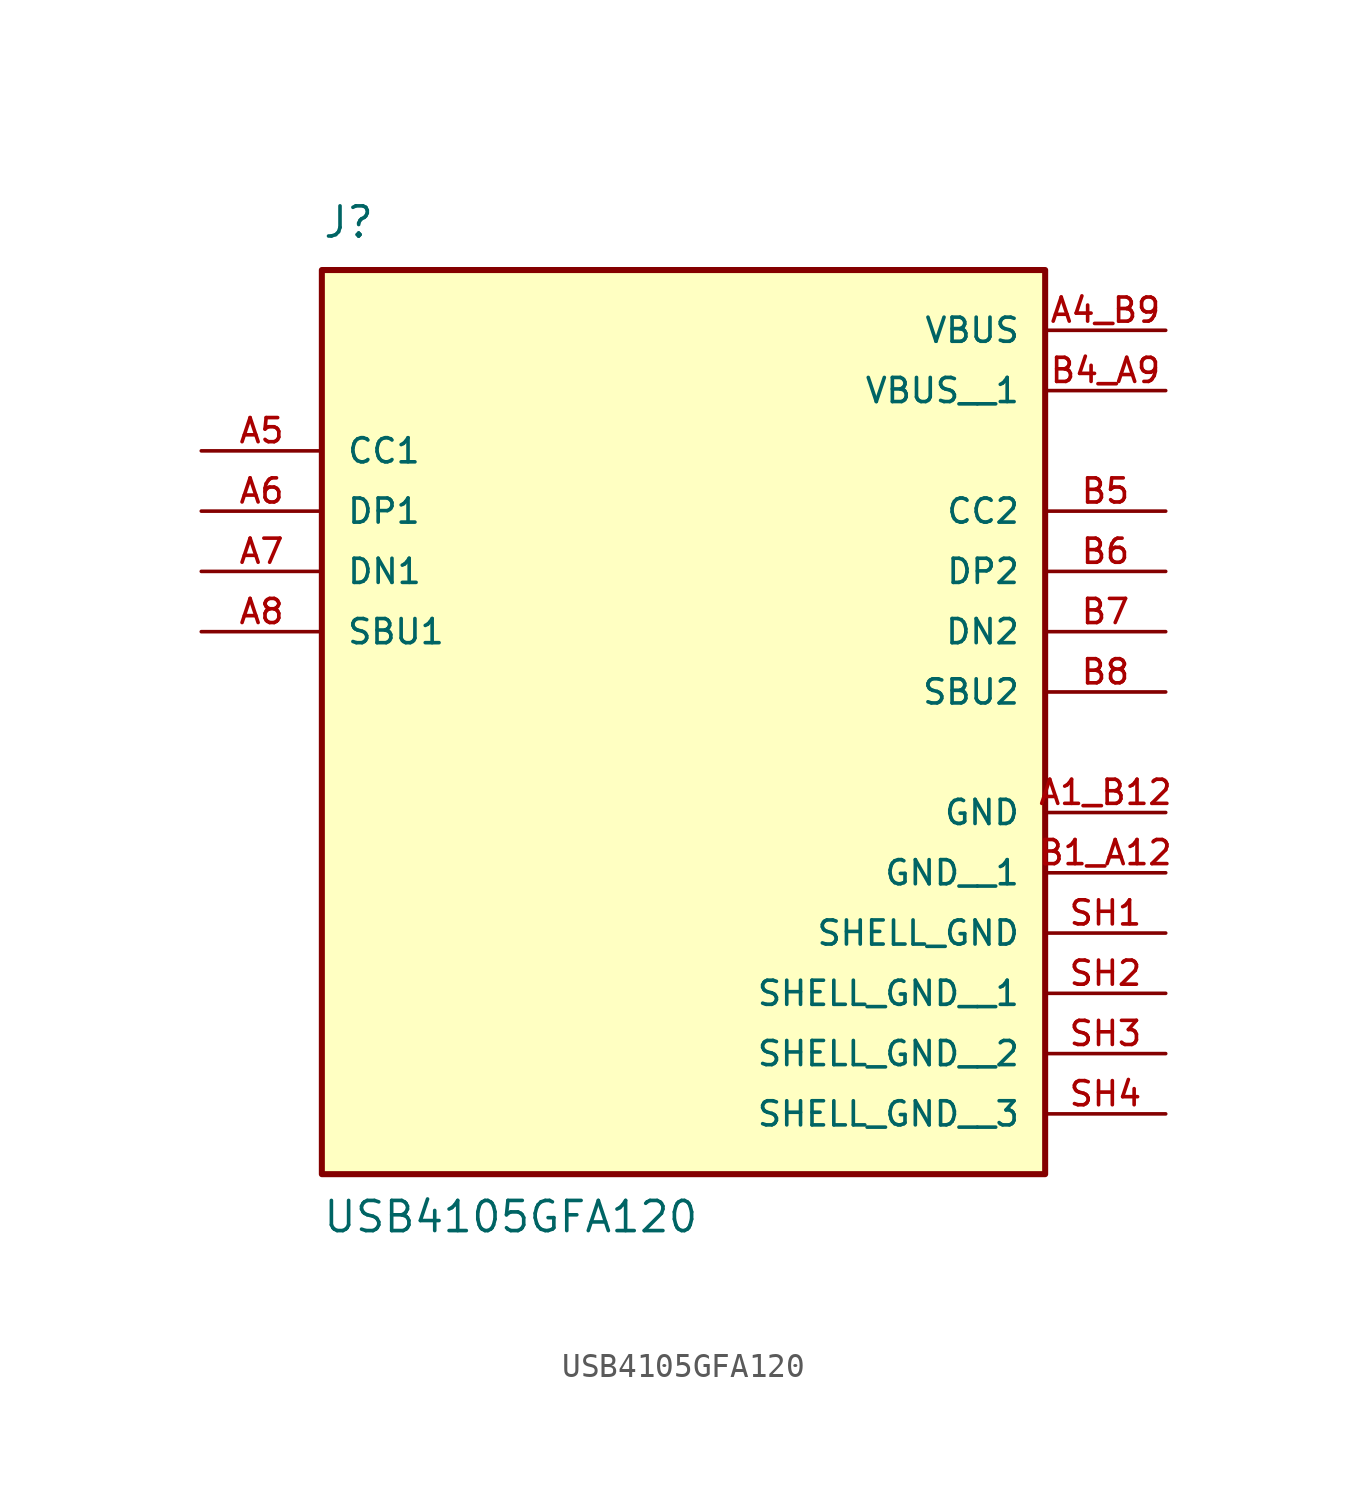
<source format=kicad_sym>
(kicad_symbol_lib
  (version 20231120)
  (generator "kicad_symbol_editor")
  (generator_version "8.0")
  (symbol "USB4105GFA120"
    (pin_names
      (offset 1.016))
    (property "Reference" "J"
      (at -15.24 13.97 0)
      (effects (font (size 1.27 1.27)) (justify left bottom)))
    (property "Value" "USB4105GFA120"
      (at -15.24 -27.94 0)
      (effects (font (size 1.27 1.27)) (justify left bottom)))
    (symbol "USB4105GFA120_0_0"
      (rectangle (start -15.24 -25.4) (end 15.24 12.7) (stroke (width 0.254) (type default)) (fill (type background)))
      (pin power_in line (at 20.32 -10.16 180) (length 5.08) (name "GND" (effects (font (size 1.016 1.016)))) (number "A1_B12" (effects (font (size 1.016 1.016)))))
      (pin power_in line (at 20.32 10.16 180) (length 5.08) (name "VBUS" (effects (font (size 1.016 1.016)))) (number "A4_B9" (effects (font (size 1.016 1.016)))))
      (pin bidirectional line (at -20.32 5.08 0) (length 5.08) (name "CC1" (effects (font (size 1.016 1.016)))) (number "A5" (effects (font (size 1.016 1.016)))))
      (pin bidirectional line (at -20.32 2.54 0) (length 5.08) (name "DP1" (effects (font (size 1.016 1.016)))) (number "A6" (effects (font (size 1.016 1.016)))))
      (pin bidirectional line (at -20.32 0 0) (length 5.08) (name "DN1" (effects (font (size 1.016 1.016)))) (number "A7" (effects (font (size 1.016 1.016)))))
      (pin bidirectional line (at -20.32 -2.54 0) (length 5.08) (name "SBU1" (effects (font (size 1.016 1.016)))) (number "A8" (effects (font (size 1.016 1.016)))))
      (pin power_in line (at 20.32 -12.7 180) (length 5.08) (name "GND__1" (effects (font (size 1.016 1.016)))) (number "B1_A12" (effects (font (size 1.016 1.016)))))
      (pin power_in line (at 20.32 7.62 180) (length 5.08) (name "VBUS__1" (effects (font (size 1.016 1.016)))) (number "B4_A9" (effects (font (size 1.016 1.016)))))
      (pin bidirectional line (at 20.32 2.54 180) (length 5.08) (name "CC2" (effects (font (size 1.016 1.016)))) (number "B5" (effects (font (size 1.016 1.016)))))
      (pin bidirectional line (at 20.32 0 180) (length 5.08) (name "DP2" (effects (font (size 1.016 1.016)))) (number "B6" (effects (font (size 1.016 1.016)))))
      (pin bidirectional line (at 20.32 -2.54 180) (length 5.08) (name "DN2" (effects (font (size 1.016 1.016)))) (number "B7" (effects (font (size 1.016 1.016)))))
      (pin bidirectional line (at 20.32 -5.08 180) (length 5.08) (name "SBU2" (effects (font (size 1.016 1.016)))) (number "B8" (effects (font (size 1.016 1.016)))))
      (pin power_in line (at 20.32 -15.24 180) (length 5.08) (name "SHELL_GND" (effects (font (size 1.016 1.016)))) (number "SH1" (effects (font (size 1.016 1.016)))))
      (pin power_in line (at 20.32 -17.78 180) (length 5.08) (name "SHELL_GND__1" (effects (font (size 1.016 1.016)))) (number "SH2" (effects (font (size 1.016 1.016)))))
      (pin power_in line (at 20.32 -20.32 180) (length 5.08) (name "SHELL_GND__2" (effects (font (size 1.016 1.016)))) (number "SH3" (effects (font (size 1.016 1.016)))))
      (pin power_in line (at 20.32 -22.86 180) (length 5.08) (name "SHELL_GND__3" (effects (font (size 1.016 1.016)))) (number "SH4" (effects (font (size 1.016 1.016))))))))
</source>
